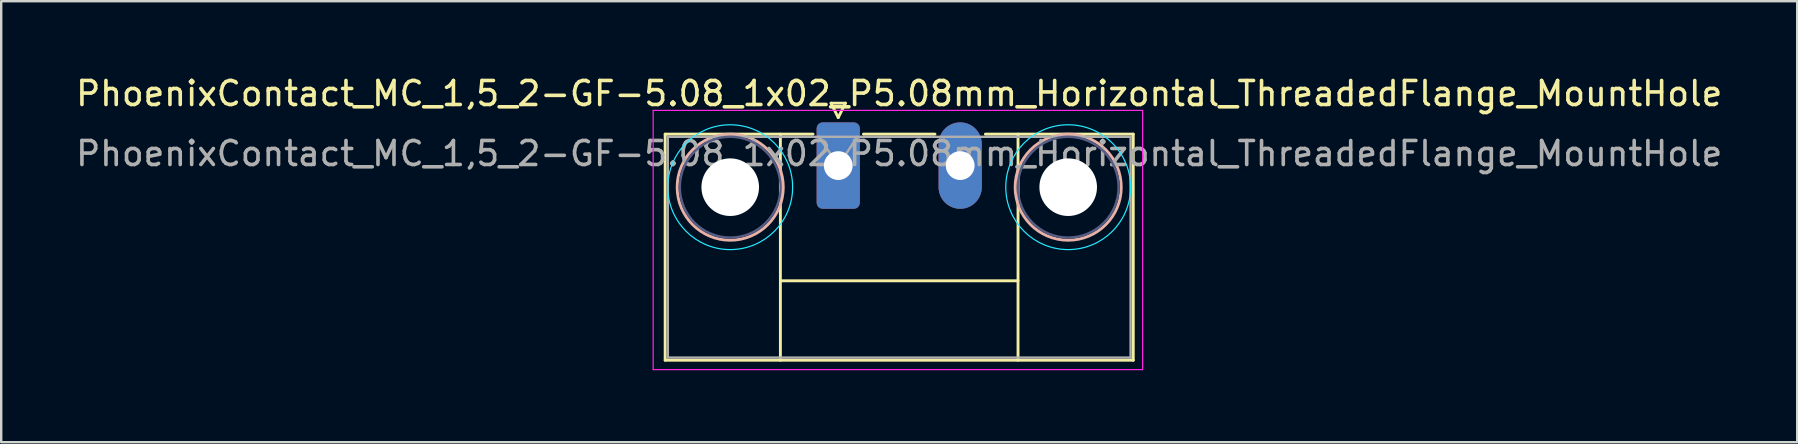
<source format=kicad_pcb>
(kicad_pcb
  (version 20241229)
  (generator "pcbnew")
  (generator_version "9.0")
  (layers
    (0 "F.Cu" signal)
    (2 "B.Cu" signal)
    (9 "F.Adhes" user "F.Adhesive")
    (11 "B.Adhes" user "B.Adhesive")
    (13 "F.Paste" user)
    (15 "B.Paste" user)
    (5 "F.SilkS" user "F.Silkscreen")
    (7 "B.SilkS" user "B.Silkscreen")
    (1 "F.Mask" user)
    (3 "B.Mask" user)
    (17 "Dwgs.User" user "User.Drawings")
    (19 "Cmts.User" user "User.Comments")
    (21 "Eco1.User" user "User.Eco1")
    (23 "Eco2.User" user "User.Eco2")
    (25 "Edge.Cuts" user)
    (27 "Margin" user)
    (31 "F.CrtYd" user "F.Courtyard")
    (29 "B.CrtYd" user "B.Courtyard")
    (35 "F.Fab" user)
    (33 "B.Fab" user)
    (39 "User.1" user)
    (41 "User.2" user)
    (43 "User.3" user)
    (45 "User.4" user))
  (footprint "PhoenixContact_MC_1,5_2-GF-5.08_1x02_P5.08mm_Horizontal_ThreadedFlange_MountHole"
    (layer "F.Cu")
    (at 31.871 3.848)
    (property "Reference" "PhoenixContact_MC_1,5_2-GF-5.08_1x02_P5.08mm_Horizontal_ThreadedFlange_MountHole" (at 2.54 -3 0) (layer "F.SilkS") (effects (font (size 1 1) (thickness 0.15))))
    (attr through_hole)
    (fp_line (start -7.21 -1.31) (end -7.21 8.11) (stroke (width 0.12) (type solid)) (layer "F.SilkS"))
    (fp_line (start -7.21 -1.31) (end -1.05 -1.31) (stroke (width 0.12) (type solid)) (layer "F.SilkS"))
    (fp_line (start -7.21 8.11) (end 12.29 8.11) (stroke (width 0.12) (type solid)) (layer "F.SilkS"))
    (fp_line (start -2.41 -1.31) (end -2.41 8.11) (stroke (width 0.12) (type solid)) (layer "F.SilkS"))
    (fp_line (start -2.41 4.8) (end 7.49 4.8) (stroke (width 0.12) (type solid)) (layer "F.SilkS"))
    (fp_line (start -0.3 -2.6) (end 0.3 -2.6) (stroke (width 0.12) (type solid)) (layer "F.SilkS"))
    (fp_line (start 0 -2) (end -0.3 -2.6) (stroke (width 0.12) (type solid)) (layer "F.SilkS"))
    (fp_line (start 0.3 -2.6) (end 0 -2) (stroke (width 0.12) (type solid)) (layer "F.SilkS"))
    (fp_line (start 1.05 -1.31) (end 4.03 -1.31) (stroke (width 0.12) (type solid)) (layer "F.SilkS"))
    (fp_line (start 7.49 -1.31) (end 7.49 8.11) (stroke (width 0.12) (type solid)) (layer "F.SilkS"))
    (fp_line (start 12.29 -1.31) (end 6.13 -1.31) (stroke (width 0.12) (type solid)) (layer "F.SilkS"))
    (fp_line (start 12.29 8.11) (end 12.29 -1.31) (stroke (width 0.12) (type solid)) (layer "F.SilkS"))
    (fp_circle (center -4.5 0.9) (end -2.29 0.9) (stroke (width 0.12) (type solid)) (fill no) (layer "B.SilkS"))
    (fp_circle (center 9.58 0.9) (end 11.79 0.9) (stroke (width 0.12) (type solid)) (fill no) (layer "B.SilkS"))
    (fp_circle (center -4.5 0.9) (end -1.9 0.9) (stroke (width 0.05) (type solid)) (fill no) (layer "B.CrtYd"))
    (fp_circle (center 9.58 0.9) (end 12.18 0.9) (stroke (width 0.05) (type solid)) (fill no) (layer "B.CrtYd"))
    (fp_line (start -7.71 -2.3) (end -7.71 8.5) (stroke (width 0.05) (type solid)) (layer "F.CrtYd"))
    (fp_line (start -7.71 8.5) (end 12.68 8.5) (stroke (width 0.05) (type solid)) (layer "F.CrtYd"))
    (fp_line (start 12.68 -2.3) (end -7.71 -2.3) (stroke (width 0.05) (type solid)) (layer "F.CrtYd"))
    (fp_line (start 12.68 8.5) (end 12.68 -2.3) (stroke (width 0.05) (type solid)) (layer "F.CrtYd"))
    (fp_circle (center -4.5 0.9) (end -2.4 0.9) (stroke (width 0.1) (type solid)) (fill no) (layer "B.Fab"))
    (fp_circle (center 9.58 0.9) (end 11.68 0.9) (stroke (width 0.1) (type solid)) (fill no) (layer "B.Fab"))
    (fp_line (start -7.1 -1.2) (end -7.1 8) (stroke (width 0.1) (type solid)) (layer "F.Fab"))
    (fp_line (start -7.1 8) (end 12.18 8) (stroke (width 0.1) (type solid)) (layer "F.Fab"))
    (fp_line (start 0 0) (end -0.8 -1.2) (stroke (width 0.1) (type solid)) (layer "F.Fab"))
    (fp_line (start 0.8 -1.2) (end 0 0) (stroke (width 0.1) (type solid)) (layer "F.Fab"))
    (fp_line (start 12.18 -1.2) (end -7.1 -1.2) (stroke (width 0.1) (type solid)) (layer "F.Fab"))
    (fp_line (start 12.18 8) (end 12.18 -1.2) (stroke (width 0.1) (type solid)) (layer "F.Fab"))
    (fp_text user "${REFERENCE}" (at 2.54 -0.5 0) (layer "F.Fab") (effects (font (size 1 1) (thickness 0.15))))
    (pad "" np_thru_hole circle (at -4.5 0.9) (size 2.4 2.4) (drill 2.4) (layers "*.Cu" "*.Mask"))
    (pad "" np_thru_hole circle (at 9.58 0.9) (size 2.4 2.4) (drill 2.4) (layers "*.Cu" "*.Mask"))
    (pad "1" thru_hole roundrect (at 0 0) (size 1.8 3.6) (drill 1.2) (layers "*.Cu" "*.Mask") (roundrect_rratio 0.139))
    (pad "2" thru_hole oval (at 5.08 0) (size 1.8 3.6) (drill 1.2) (layers "*.Cu" "*.Mask")))
  (gr_rect
    (start -3 -3)
    (end 71.821 15.373)
    (stroke (width 0.1) (type default))
    (fill no)
    (layer "Edge.Cuts")))
</source>
